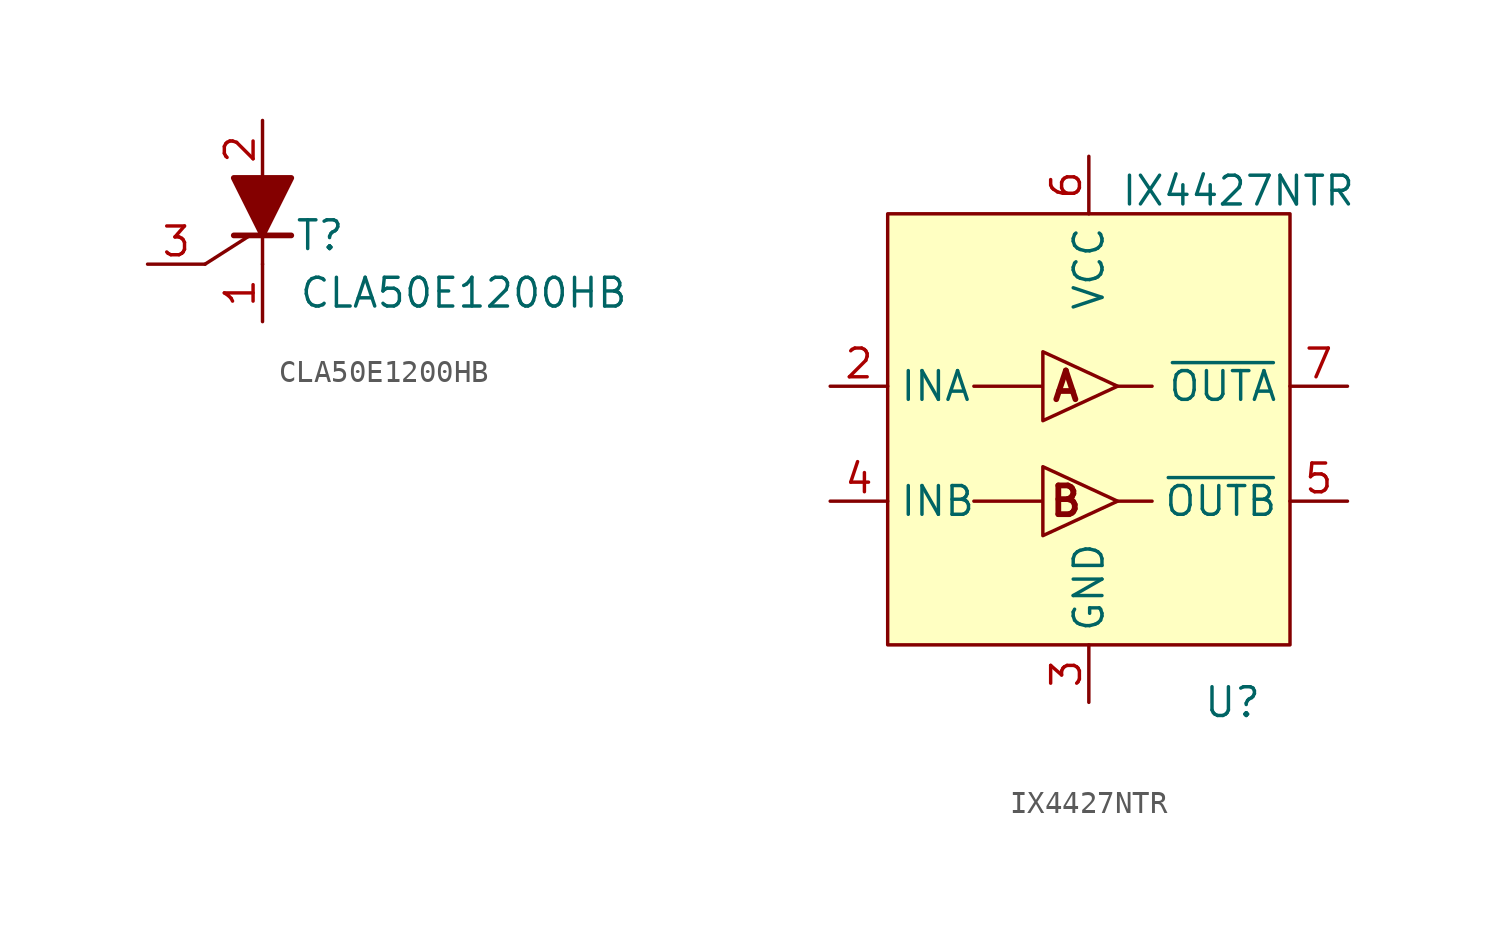
<source format=kicad_sym>
(kicad_symbol_lib
  (version 20220914)
  (generator kicad_symbol_editor)
  (symbol "CLA50E1200HB"
    (pin_names
      (offset 1.016) hide)
    (property "Reference" "T"
      (at 2.54 -1.27 0)
      (effects (font (size 1.27 1.27))))
    (property "Value" "CLA50E1200HB"
      (at 8.89 -3.81 0)
      (effects (font (size 1.27 1.27))))
    (symbol "CLA50E1200HB_0_1"
      (polyline (pts (xy -2.54 -2.54) (xy -0.615 -1.31)) (stroke (width 0) (type default)) (fill (type none)))
      (polyline (pts (xy -1.27 -1.27) (xy 1.27 -1.27)) (stroke (width 0.254) (type default)) (fill (type none)))
      (polyline (pts (xy 0 -2.54) (xy 0 -1.27)) (stroke (width 0) (type default)) (fill (type none)))
      (polyline (pts (xy 0 1.27) (xy 0 -1.27)) (stroke (width 0) (type default)) (fill (type none)))
      (polyline (pts (xy -1.27 1.27) (xy 1.27 1.27) (xy 0 -1.27) (xy -1.27 1.27)) (stroke (width 0.254) (type default)) (fill (type outline))))
    (symbol "CLA50E1200HB_1_1"
      (pin passive line (at 0 -5.08 90) (length 2.54) (name "K" (effects (font (size 1.27 1.27)))) (number "1" (effects (font (size 1.27 1.27)))))
      (pin passive line (at 0 3.81 270) (length 2.54) (name "A" (effects (font (size 1.27 1.27)))) (number "2" (effects (font (size 1.27 1.27)))))
      (pin passive line (at -5.08 -2.54 0) (length 2.54) (name "" (effects (font (size 1.27 1.27)))) (number "3" (effects (font (size 1.27 1.27)))))))
  (symbol "IX4427NTR"
    (property "Reference" "U"
      (at 6.35 -11.43 0)
      (effects (font (size 1.27 1.27))))
    (property "Value" "IX4427NTR"
      (at 6.604 11.176 0)
      (effects (font (size 1.27 1.27))))
    (symbol "IX4427NTR_1_1"
      (rectangle (start -8.89 10.16) (end 8.89 -8.89) (stroke (width 0) (type default)) (fill (type background)))
      (polyline (pts (xy 1.27 -2.54) (xy 2.794 -2.54)) (stroke (width 0) (type default)) (fill (type none)))
      (polyline (pts (xy 1.27 2.54) (xy 2.794 2.54)) (stroke (width 0) (type default)) (fill (type none)))
      (polyline (pts (xy -5.08 -2.54) (xy -2.032 -2.54) (xy -2.032 -1.016) (xy 1.27 -2.54) (xy -2.032 -4.064) (xy -2.032 -2.54)) (stroke (width 0) (type default)) (fill (type none)))
      (polyline (pts (xy -5.08 2.54) (xy -2.032 2.54) (xy -2.032 4.064) (xy 1.27 2.54) (xy -2.032 1.016) (xy -2.032 2.54)) (stroke (width 0) (type default)) (fill (type none)))
      (text "A" (at -1.016 2.54 0) (effects (font (size 1.27 1.27) bold)))
      (text "B" (at -1.016 -2.54 0) (effects (font (size 1.27 1.27) bold)))
      (pin no_connect line (at -11.43 0 0) (length 2.54) hide (name "NC" (effects (font (size 1.27 1.27)))) (number "1" (effects (font (size 1.27 1.27)))))
      (pin input line (at -11.43 2.54 0) (length 2.54) (name "INA" (effects (font (size 1.27 1.27)))) (number "2" (effects (font (size 1.27 1.27)))))
      (pin power_in line (at 0 -11.43 90) (length 2.54) (name "GND" (effects (font (size 1.27 1.27)))) (number "3" (effects (font (size 1.27 1.27)))))
      (pin input line (at -11.43 -2.54 0) (length 2.54) (name "INB" (effects (font (size 1.27 1.27)))) (number "4" (effects (font (size 1.27 1.27)))))
      (pin output line (at 11.43 -2.54 180) (length 2.54) (name "~{OUTB}" (effects (font (size 1.27 1.27)))) (number "5" (effects (font (size 1.27 1.27)))))
      (pin power_in line (at 0 12.7 270) (length 2.54) (name "VCC" (effects (font (size 1.27 1.27)))) (number "6" (effects (font (size 1.27 1.27)))))
      (pin output line (at 11.43 2.54 180) (length 2.54) (name "~{OUTA}" (effects (font (size 1.27 1.27)))) (number "7" (effects (font (size 1.27 1.27)))))
      (pin no_connect line (at 11.43 0 180) (length 2.54) hide (name "NC" (effects (font (size 1.27 1.27)))) (number "8" (effects (font (size 1.27 1.27))))))))
</source>
